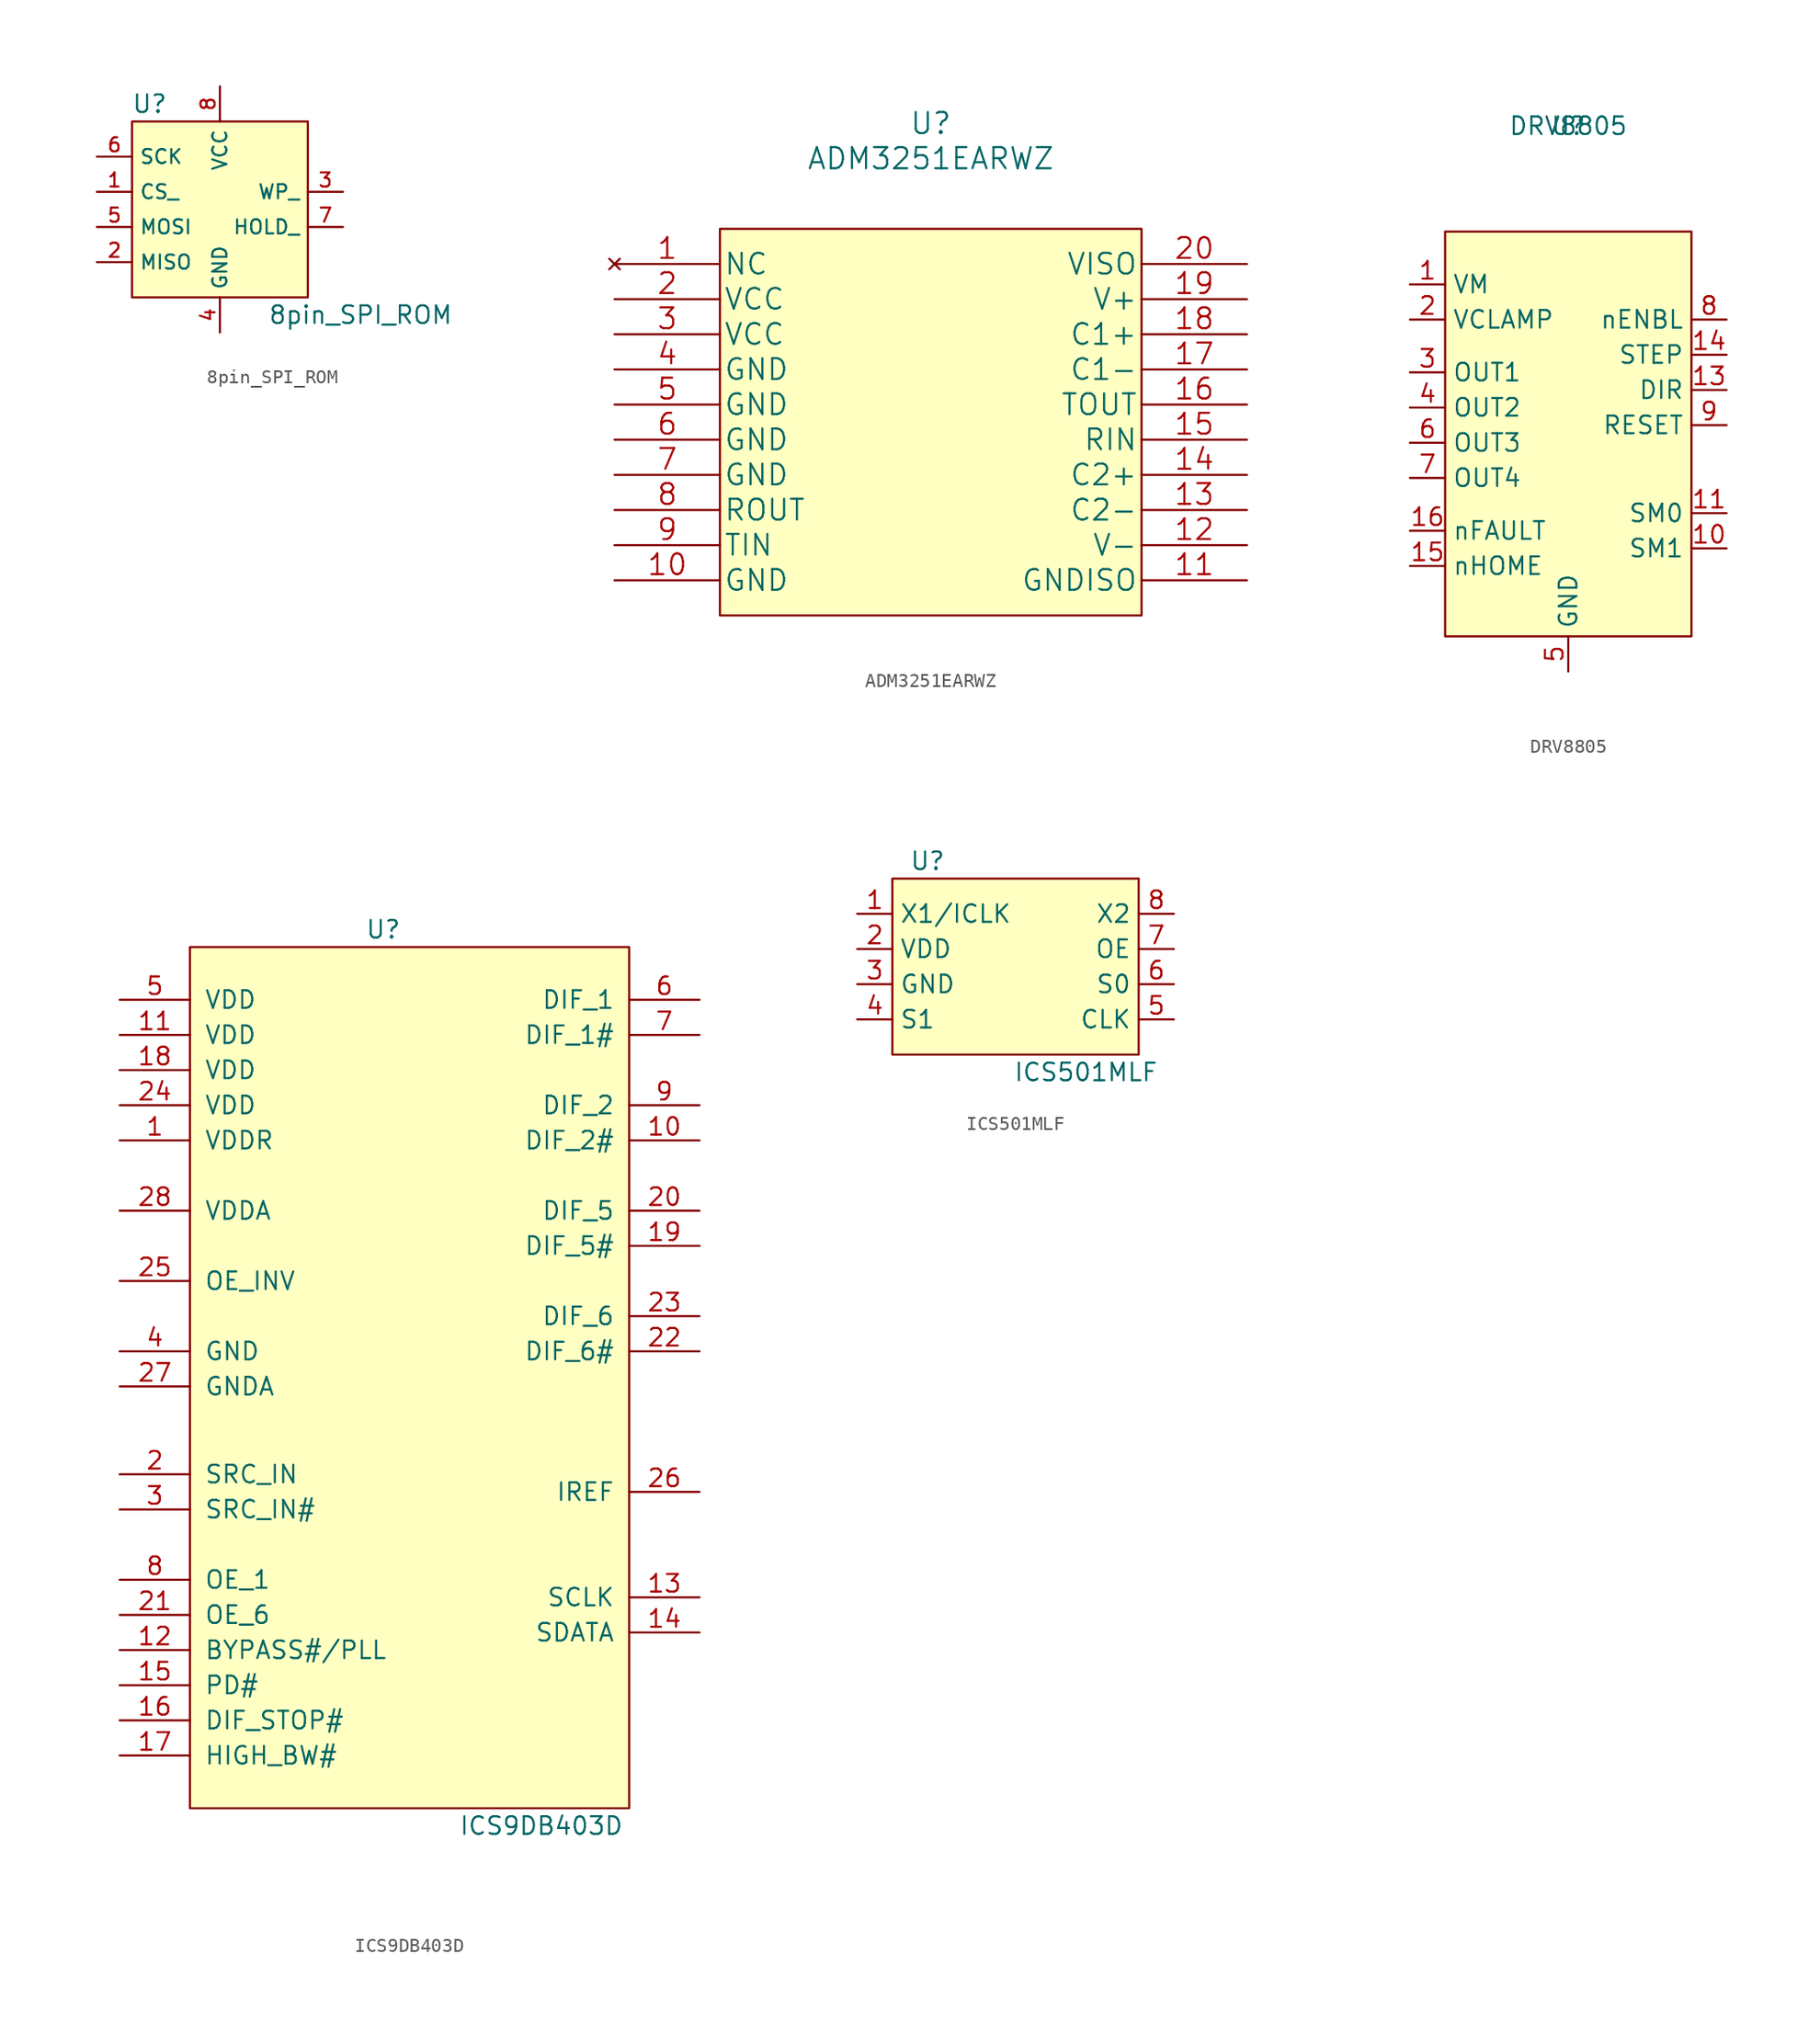
<source format=kicad_sym>
(kicad_symbol_lib
  (version 20211014)
  (generator kicad_symbol_editor)
  (symbol "8pin_SPI_ROM"
    (property "Reference" "U"
      (at -5.08 7.62 0)
      (effects (font (size 1.27 1.27))))
    (property "Value" "8pin_SPI_ROM"
      (at 10.16 -7.62 0)
      (effects (font (size 1.27 1.27))))
    (symbol "8pin_SPI_ROM_0_0"
      (pin bidirectional line (at -8.89 1.27 0) (length 2.54) (name "CS_" (effects (font (size 1.016 1.016)))) (number "1" (effects (font (size 1.016 1.016)))))
      (pin bidirectional line (at -8.89 -3.81 0) (length 2.54) (name "MISO" (effects (font (size 1.016 1.016)))) (number "2" (effects (font (size 1.016 1.016)))))
      (pin bidirectional line (at 8.89 1.27 180) (length 2.54) (name "WP_" (effects (font (size 1.016 1.016)))) (number "3" (effects (font (size 1.016 1.016)))))
      (pin power_in line (at 0 -8.89 90) (length 2.54) (name "GND" (effects (font (size 1.016 1.016)))) (number "4" (effects (font (size 1.016 1.016)))))
      (pin bidirectional line (at -8.89 -1.27 0) (length 2.54) (name "MOSI" (effects (font (size 1.016 1.016)))) (number "5" (effects (font (size 1.016 1.016)))))
      (pin bidirectional line (at -8.89 3.81 0) (length 2.54) (name "SCK" (effects (font (size 1.016 1.016)))) (number "6" (effects (font (size 1.016 1.016)))))
      (pin bidirectional line (at 8.89 -1.27 180) (length 2.54) (name "HOLD_" (effects (font (size 1.016 1.016)))) (number "7" (effects (font (size 1.016 1.016)))))
      (pin power_in line (at 0 8.89 270) (length 2.54) (name "VCC" (effects (font (size 1.016 1.016)))) (number "8" (effects (font (size 1.016 1.016)))))
      (pin power_in line (at 0 -8.89 90) (length 2.54) hide (name "GND_PAD" (effects (font (size 1.016 1.016)))) (number "9" (effects (font (size 1.016 1.016))))))
    (symbol "8pin_SPI_ROM_0_1"
      (rectangle (start -6.35 6.35) (end 6.35 -6.35) (stroke (width 0.152) (type default) (color 0 0 0 0)) (fill (type background)))))
  (symbol "ADM3251EARWZ"
    (pin_names
      (offset 0.254))
    (property "Reference" "U"
      (at 22.86 10.16 0)
      (effects (font (size 1.524 1.524))))
    (property "Value" "ADM3251EARWZ"
      (at 22.86 7.62 0)
      (effects (font (size 1.524 1.524))))
    (property "Datasheet" ""
      (at 0 0 0)
      (effects (font (size 1.524 1.524))))
    (property "ki_locked" ""
      (at 0 0 0)
      (effects (font (size 1.27 1.27))))
    (symbol "ADM3251EARWZ_1_1"
      (polyline (pts (xy 7.62 2.54) (xy 38.1 2.54) (xy 38.1 -25.4) (xy 7.62 -25.4) (xy 7.62 2.54)) (stroke (width 0.152) (type default) (color 0 0 0 0)) (fill (type background)))
      (pin no_connect line (at 0 0 0) (length 7.62) (name "NC" (effects (font (size 1.499 1.499)))) (number "1" (effects (font (size 1.499 1.499)))))
      (pin power_in line (at 0 -22.86 0) (length 7.62) (name "GND" (effects (font (size 1.499 1.499)))) (number "10" (effects (font (size 1.499 1.499)))))
      (pin power_in line (at 45.72 -22.86 180) (length 7.62) (name "GNDISO" (effects (font (size 1.499 1.499)))) (number "11" (effects (font (size 1.499 1.499)))))
      (pin power_out line (at 45.72 -20.32 180) (length 7.62) (name "V-" (effects (font (size 1.499 1.499)))) (number "12" (effects (font (size 1.499 1.499)))))
      (pin passive line (at 45.72 -17.78 180) (length 7.62) (name "C2-" (effects (font (size 1.499 1.499)))) (number "13" (effects (font (size 1.499 1.499)))))
      (pin passive line (at 45.72 -15.24 180) (length 7.62) (name "C2+" (effects (font (size 1.499 1.499)))) (number "14" (effects (font (size 1.499 1.499)))))
      (pin input line (at 45.72 -12.7 180) (length 7.62) (name "RIN" (effects (font (size 1.499 1.499)))) (number "15" (effects (font (size 1.499 1.499)))))
      (pin output line (at 45.72 -10.16 180) (length 7.62) (name "TOUT" (effects (font (size 1.499 1.499)))) (number "16" (effects (font (size 1.499 1.499)))))
      (pin passive line (at 45.72 -7.62 180) (length 7.62) (name "C1-" (effects (font (size 1.499 1.499)))) (number "17" (effects (font (size 1.499 1.499)))))
      (pin passive line (at 45.72 -5.08 180) (length 7.62) (name "C1+" (effects (font (size 1.499 1.499)))) (number "18" (effects (font (size 1.499 1.499)))))
      (pin power_out line (at 45.72 -2.54 180) (length 7.62) (name "V+" (effects (font (size 1.499 1.499)))) (number "19" (effects (font (size 1.499 1.499)))))
      (pin power_in line (at 0 -2.54 0) (length 7.62) (name "VCC" (effects (font (size 1.499 1.499)))) (number "2" (effects (font (size 1.499 1.499)))))
      (pin power_in line (at 45.72 0 180) (length 7.62) (name "VISO" (effects (font (size 1.499 1.499)))) (number "20" (effects (font (size 1.499 1.499)))))
      (pin power_in line (at 0 -5.08 0) (length 7.62) (name "VCC" (effects (font (size 1.499 1.499)))) (number "3" (effects (font (size 1.499 1.499)))))
      (pin power_in line (at 0 -7.62 0) (length 7.62) (name "GND" (effects (font (size 1.499 1.499)))) (number "4" (effects (font (size 1.499 1.499)))))
      (pin power_in line (at 0 -10.16 0) (length 7.62) (name "GND" (effects (font (size 1.499 1.499)))) (number "5" (effects (font (size 1.499 1.499)))))
      (pin power_in line (at 0 -12.7 0) (length 7.62) (name "GND" (effects (font (size 1.499 1.499)))) (number "6" (effects (font (size 1.499 1.499)))))
      (pin power_in line (at 0 -15.24 0) (length 7.62) (name "GND" (effects (font (size 1.499 1.499)))) (number "7" (effects (font (size 1.499 1.499)))))
      (pin output line (at 0 -17.78 0) (length 7.62) (name "ROUT" (effects (font (size 1.499 1.499)))) (number "8" (effects (font (size 1.499 1.499)))))
      (pin input line (at 0 -20.32 0) (length 7.62) (name "TIN" (effects (font (size 1.499 1.499)))) (number "9" (effects (font (size 1.499 1.499)))))))
  (symbol "DRV8805"
    (property "Reference" "U"
      (at 0 21.59 0)
      (effects (font (size 1.27 1.27))))
    (property "Value" "DRV8805"
      (at 0 21.59 0)
      (effects (font (size 1.27 1.27))))
    (symbol "DRV8805_0_1"
      (rectangle (start -8.89 13.97) (end 8.89 -15.24) (stroke (width 0.152) (type default) (color 0 0 0 0)) (fill (type background))))
    (symbol "DRV8805_1_1"
      (pin power_in line (at -11.43 10.16 0) (length 2.54) (name "VM" (effects (font (size 1.27 1.27)))) (number "1" (effects (font (size 1.27 1.27)))))
      (pin input line (at 11.43 -8.89 180) (length 2.54) (name "SM1" (effects (font (size 1.27 1.27)))) (number "10" (effects (font (size 1.27 1.27)))))
      (pin input line (at 11.43 -6.35 180) (length 2.54) (name "SM0" (effects (font (size 1.27 1.27)))) (number "11" (effects (font (size 1.27 1.27)))))
      (pin power_in line (at 0 -17.78 90) (length 2.54) hide (name "GND" (effects (font (size 1.27 1.27)))) (number "12" (effects (font (size 1.27 1.27)))))
      (pin input line (at 11.43 2.54 180) (length 2.54) (name "DIR" (effects (font (size 1.27 1.27)))) (number "13" (effects (font (size 1.27 1.27)))))
      (pin input line (at 11.43 5.08 180) (length 2.54) (name "STEP" (effects (font (size 1.27 1.27)))) (number "14" (effects (font (size 1.27 1.27)))))
      (pin output line (at -11.43 -10.16 0) (length 2.54) (name "nHOME" (effects (font (size 1.27 1.27)))) (number "15" (effects (font (size 1.27 1.27)))))
      (pin output line (at -11.43 -7.62 0) (length 2.54) (name "nFAULT" (effects (font (size 1.27 1.27)))) (number "16" (effects (font (size 1.27 1.27)))))
      (pin passive line (at -11.43 7.62 0) (length 2.54) (name "VCLAMP" (effects (font (size 1.27 1.27)))) (number "2" (effects (font (size 1.27 1.27)))))
      (pin output line (at -11.43 3.81 0) (length 2.54) (name "OUT1" (effects (font (size 1.27 1.27)))) (number "3" (effects (font (size 1.27 1.27)))))
      (pin output line (at -11.43 1.27 0) (length 2.54) (name "OUT2" (effects (font (size 1.27 1.27)))) (number "4" (effects (font (size 1.27 1.27)))))
      (pin power_in line (at 0 -17.78 90) (length 2.54) (name "GND" (effects (font (size 1.27 1.27)))) (number "5" (effects (font (size 1.27 1.27)))))
      (pin output line (at -11.43 -1.27 0) (length 2.54) (name "OUT3" (effects (font (size 1.27 1.27)))) (number "6" (effects (font (size 1.27 1.27)))))
      (pin output line (at -11.43 -3.81 0) (length 2.54) (name "OUT4" (effects (font (size 1.27 1.27)))) (number "7" (effects (font (size 1.27 1.27)))))
      (pin input line (at 11.43 7.62 180) (length 2.54) (name "nENBL" (effects (font (size 1.27 1.27)))) (number "8" (effects (font (size 1.27 1.27)))))
      (pin input line (at 11.43 0 180) (length 2.54) (name "RESET" (effects (font (size 1.27 1.27)))) (number "9" (effects (font (size 1.27 1.27)))))
      (pin power_in line (at 0 -17.78 90) (length 2.54) hide (name "GND" (effects (font (size 1.27 1.27)))) (number "PPAD" (effects (font (size 1.27 1.27)))))))
  (symbol "ICS9DB403D"
    (pin_names
      (offset 1.016))
    (property "Reference" "U"
      (at -2.54 31.75 0)
      (effects (font (size 1.27 1.27))))
    (property "Value" "ICS9DB403D"
      (at 8.89 -33.02 0)
      (effects (font (size 1.27 1.27))))
    (symbol "ICS9DB403D_0_1"
      (rectangle (start -16.51 30.48) (end 15.24 -31.75) (stroke (width 0) (type default) (color 0 0 0 0)) (fill (type background))))
    (symbol "ICS9DB403D_1_1"
      (pin power_in line (at -21.59 16.51 0) (length 5.08) (name "VDDR" (effects (font (size 1.27 1.27)))) (number "1" (effects (font (size 1.27 1.27)))))
      (pin output line (at 20.32 16.51 180) (length 5.08) (name "DIF_2#" (effects (font (size 1.27 1.27)))) (number "10" (effects (font (size 1.27 1.27)))))
      (pin power_in line (at -21.59 24.13 0) (length 5.08) (name "VDD" (effects (font (size 1.27 1.27)))) (number "11" (effects (font (size 1.27 1.27)))))
      (pin input line (at -21.59 -20.32 0) (length 5.08) (name "BYPASS#/PLL" (effects (font (size 1.27 1.27)))) (number "12" (effects (font (size 1.27 1.27)))))
      (pin input line (at 20.32 -16.51 180) (length 5.08) (name "SCLK" (effects (font (size 1.27 1.27)))) (number "13" (effects (font (size 1.27 1.27)))))
      (pin bidirectional line (at 20.32 -19.05 180) (length 5.08) (name "SDATA" (effects (font (size 1.27 1.27)))) (number "14" (effects (font (size 1.27 1.27)))))
      (pin input line (at -21.59 -22.86 0) (length 5.08) (name "PD#" (effects (font (size 1.27 1.27)))) (number "15" (effects (font (size 1.27 1.27)))))
      (pin input line (at -21.59 -25.4 0) (length 5.08) (name "DIF_STOP#" (effects (font (size 1.27 1.27)))) (number "16" (effects (font (size 1.27 1.27)))))
      (pin input line (at -21.59 -27.94 0) (length 5.08) (name "HIGH_BW#" (effects (font (size 1.27 1.27)))) (number "17" (effects (font (size 1.27 1.27)))))
      (pin power_in line (at -21.59 21.59 0) (length 5.08) (name "VDD" (effects (font (size 1.27 1.27)))) (number "18" (effects (font (size 1.27 1.27)))))
      (pin output line (at 20.32 8.89 180) (length 5.08) (name "DIF_5#" (effects (font (size 1.27 1.27)))) (number "19" (effects (font (size 1.27 1.27)))))
      (pin input line (at -21.59 -7.62 0) (length 5.08) (name "SRC_IN" (effects (font (size 1.27 1.27)))) (number "2" (effects (font (size 1.27 1.27)))))
      (pin output line (at 20.32 11.43 180) (length 5.08) (name "DIF_5" (effects (font (size 1.27 1.27)))) (number "20" (effects (font (size 1.27 1.27)))))
      (pin input line (at -21.59 -17.78 0) (length 5.08) (name "OE_6" (effects (font (size 1.27 1.27)))) (number "21" (effects (font (size 1.27 1.27)))))
      (pin output line (at 20.32 1.27 180) (length 5.08) (name "DIF_6#" (effects (font (size 1.27 1.27)))) (number "22" (effects (font (size 1.27 1.27)))))
      (pin output line (at 20.32 3.81 180) (length 5.08) (name "DIF_6" (effects (font (size 1.27 1.27)))) (number "23" (effects (font (size 1.27 1.27)))))
      (pin power_out line (at -21.59 19.05 0) (length 5.08) (name "VDD" (effects (font (size 1.27 1.27)))) (number "24" (effects (font (size 1.27 1.27)))))
      (pin input line (at -21.59 6.35 0) (length 5.08) (name "OE_INV" (effects (font (size 1.27 1.27)))) (number "25" (effects (font (size 1.27 1.27)))))
      (pin output line (at 20.32 -8.89 180) (length 5.08) (name "IREF" (effects (font (size 1.27 1.27)))) (number "26" (effects (font (size 1.27 1.27)))))
      (pin power_in line (at -21.59 -1.27 0) (length 5.08) (name "GNDA" (effects (font (size 1.27 1.27)))) (number "27" (effects (font (size 1.27 1.27)))))
      (pin power_in line (at -21.59 11.43 0) (length 5.08) (name "VDDA" (effects (font (size 1.27 1.27)))) (number "28" (effects (font (size 1.27 1.27)))))
      (pin input line (at -21.59 -10.16 0) (length 5.08) (name "SRC_IN#" (effects (font (size 1.27 1.27)))) (number "3" (effects (font (size 1.27 1.27)))))
      (pin power_in line (at -21.59 1.27 0) (length 5.08) (name "GND" (effects (font (size 1.27 1.27)))) (number "4" (effects (font (size 1.27 1.27)))))
      (pin power_in line (at -21.59 26.67 0) (length 5.08) (name "VDD" (effects (font (size 1.27 1.27)))) (number "5" (effects (font (size 1.27 1.27)))))
      (pin output line (at 20.32 26.67 180) (length 5.08) (name "DIF_1" (effects (font (size 1.27 1.27)))) (number "6" (effects (font (size 1.27 1.27)))))
      (pin output line (at 20.32 24.13 180) (length 5.08) (name "DIF_1#" (effects (font (size 1.27 1.27)))) (number "7" (effects (font (size 1.27 1.27)))))
      (pin input line (at -21.59 -15.24 0) (length 5.08) (name "OE_1" (effects (font (size 1.27 1.27)))) (number "8" (effects (font (size 1.27 1.27)))))
      (pin output line (at 20.32 19.05 180) (length 5.08) (name "DIF_2" (effects (font (size 1.27 1.27)))) (number "9" (effects (font (size 1.27 1.27)))))))
  (symbol "ICS501MLF"
    (property "Reference" "U"
      (at -6.35 7.62 0)
      (effects (font (size 1.27 1.27))))
    (property "Value" "ICS501MLF"
      (at 5.08 -7.62 0)
      (effects (font (size 1.27 1.27))))
    (symbol "ICS501MLF_0_1"
      (rectangle (start -8.89 6.35) (end 8.89 -6.35) (stroke (width 0.152) (type default) (color 0 0 0 0)) (fill (type background))))
    (symbol "ICS501MLF_1_1"
      (pin input line (at -11.43 3.81 0) (length 2.54) (name "X1/ICLK" (effects (font (size 1.27 1.27)))) (number "1" (effects (font (size 1.27 1.27)))))
      (pin power_in line (at -11.43 1.27 0) (length 2.54) (name "VDD" (effects (font (size 1.27 1.27)))) (number "2" (effects (font (size 1.27 1.27)))))
      (pin power_in line (at -11.43 -1.27 0) (length 2.54) (name "GND" (effects (font (size 1.27 1.27)))) (number "3" (effects (font (size 1.27 1.27)))))
      (pin input line (at -11.43 -3.81 0) (length 2.54) (name "S1" (effects (font (size 1.27 1.27)))) (number "4" (effects (font (size 1.27 1.27)))))
      (pin output line (at 11.43 -3.81 180) (length 2.54) (name "CLK" (effects (font (size 1.27 1.27)))) (number "5" (effects (font (size 1.27 1.27)))))
      (pin input line (at 11.43 -1.27 180) (length 2.54) (name "S0" (effects (font (size 1.27 1.27)))) (number "6" (effects (font (size 1.27 1.27)))))
      (pin input line (at 11.43 1.27 180) (length 2.54) (name "OE" (effects (font (size 1.27 1.27)))) (number "7" (effects (font (size 1.27 1.27)))))
      (pin output line (at 11.43 3.81 180) (length 2.54) (name "X2" (effects (font (size 1.27 1.27)))) (number "8" (effects (font (size 1.27 1.27))))))))
</source>
